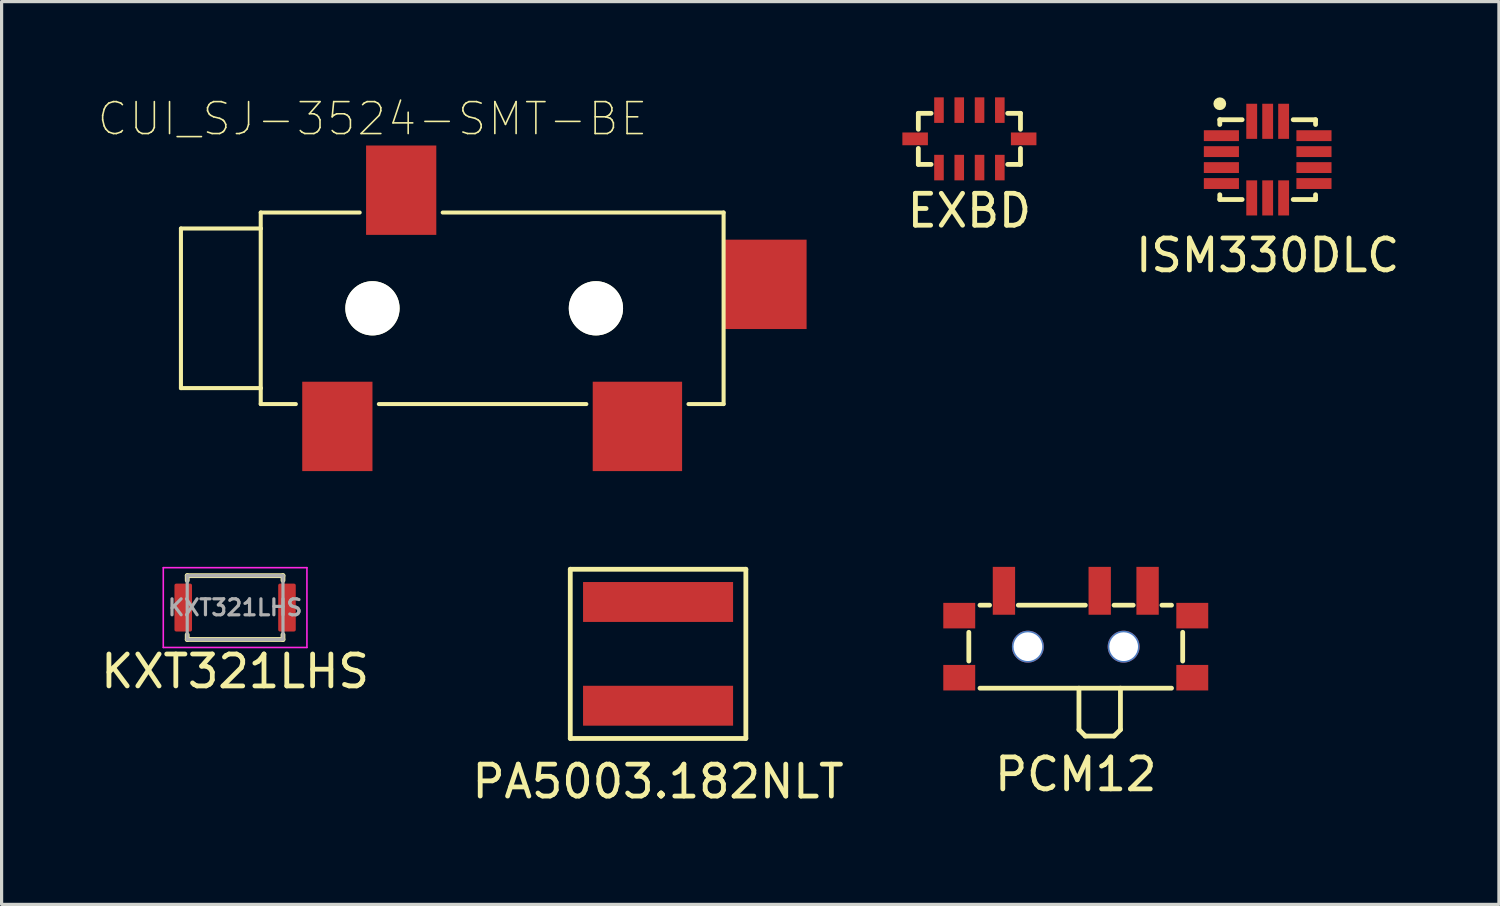
<source format=kicad_pcb>
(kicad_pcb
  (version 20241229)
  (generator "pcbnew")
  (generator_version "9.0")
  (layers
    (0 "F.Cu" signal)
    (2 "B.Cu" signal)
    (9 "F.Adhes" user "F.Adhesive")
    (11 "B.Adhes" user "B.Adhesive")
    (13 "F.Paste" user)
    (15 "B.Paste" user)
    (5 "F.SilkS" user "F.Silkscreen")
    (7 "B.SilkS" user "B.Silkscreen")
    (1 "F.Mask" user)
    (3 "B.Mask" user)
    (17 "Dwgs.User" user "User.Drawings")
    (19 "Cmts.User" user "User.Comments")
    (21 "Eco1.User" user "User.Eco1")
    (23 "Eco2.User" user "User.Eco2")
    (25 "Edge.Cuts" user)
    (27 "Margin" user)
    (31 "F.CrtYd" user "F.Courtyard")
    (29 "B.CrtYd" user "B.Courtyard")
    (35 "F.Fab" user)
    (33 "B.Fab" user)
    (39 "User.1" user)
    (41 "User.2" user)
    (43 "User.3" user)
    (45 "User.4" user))
  (footprint "PCM12"
    (layer "F.Cu")
    (at 30.65 17.208)
    (property "Reference" "PCM12" (at 0 4 0) (layer "F.SilkS") (effects (font (size 1 1) (thickness 0.15))))
    (attr smd)
    (fp_line (start -3.35 -0.45) (end -3.35 0.45) (stroke (width 0.15) (type solid)) (layer "F.SilkS"))
    (fp_line (start -3 -1.3) (end -2.7 -1.3) (stroke (width 0.15) (type solid)) (layer "F.SilkS"))
    (fp_line (start -3 1.3) (end 3 1.3) (stroke (width 0.15) (type solid)) (layer "F.SilkS"))
    (fp_line (start -1.8 -1.3) (end 0.3 -1.3) (stroke (width 0.15) (type solid)) (layer "F.SilkS"))
    (fp_line (start 0.1 1.3) (end 0.1 2.6) (stroke (width 0.15) (type solid)) (layer "F.SilkS"))
    (fp_line (start 0.1 2.6) (end 0.3 2.8) (stroke (width 0.15) (type solid)) (layer "F.SilkS"))
    (fp_line (start 0.3 2.8) (end 1.2 2.8) (stroke (width 0.15) (type solid)) (layer "F.SilkS"))
    (fp_line (start 1.2 -1.3) (end 1.8 -1.3) (stroke (width 0.15) (type solid)) (layer "F.SilkS"))
    (fp_line (start 1.2 2.8) (end 1.4 2.6) (stroke (width 0.15) (type solid)) (layer "F.SilkS"))
    (fp_line (start 1.4 1.3) (end 1.4 2.6) (stroke (width 0.15) (type solid)) (layer "F.SilkS"))
    (fp_line (start 3 -1.3) (end 2.7 -1.3) (stroke (width 0.15) (type solid)) (layer "F.SilkS"))
    (fp_line (start 3.35 -0.45) (end 3.35 0.45) (stroke (width 0.15) (type solid)) (layer "F.SilkS"))
    (pad "" np_thru_hole circle (at -1.5 0) (size 1 1) (drill 0.9) (layers "*.Cu" "*.Mask"))
    (pad "" np_thru_hole circle (at 1.5 0) (size 1 1) (drill 0.9) (layers "*.Cu" "*.Mask"))
    (pad "1" smd rect (at -2.25 -1.75) (size 0.7 1.5) (layers "F.Cu" "F.Mask" "F.Paste"))
    (pad "2" smd rect (at 0.75 -1.75) (size 0.7 1.5) (layers "F.Cu" "F.Mask" "F.Paste"))
    (pad "3" smd rect (at 2.25 -1.75) (size 0.7 1.5) (layers "F.Cu" "F.Mask" "F.Paste"))
    (pad "4" smd rect (at 3.65 -0.972) (size 1 0.8) (layers "F.Cu" "F.Mask" "F.Paste"))
    (pad "5" smd rect (at 3.65 0.972) (size 1 0.8) (layers "F.Cu" "F.Mask" "F.Paste"))
    (pad "6" smd rect (at -3.65 0.972) (size 1 0.8) (layers "F.Cu" "F.Mask" "F.Paste"))
    (pad "7" smd rect (at -3.65 -0.972) (size 1 0.8) (layers "F.Cu" "F.Mask" "F.Paste")))
  (footprint "ISM330DLC"
    (layer "F.Cu")
    (at 36.662 1.95)
    (property "Reference" "ISM330DLC" (at 0 3 0) (layer "F.SilkS") (effects (font (size 1 1) (thickness 0.15))))
    (attr smd)
    (fp_line (start -1.5 -1.25) (end -1.5 -1.1) (stroke (width 0.15) (type solid)) (layer "F.SilkS"))
    (fp_line (start -1.5 -1.25) (end -0.8 -1.25) (stroke (width 0.15) (type solid)) (layer "F.SilkS"))
    (fp_line (start -1.5 1.25) (end -1.5 1.1) (stroke (width 0.15) (type solid)) (layer "F.SilkS"))
    (fp_line (start -1.5 1.25) (end -0.8 1.25) (stroke (width 0.15) (type solid)) (layer "F.SilkS"))
    (fp_line (start 1.5 -1.25) (end 0.8 -1.25) (stroke (width 0.15) (type solid)) (layer "F.SilkS"))
    (fp_line (start 1.5 -1.25) (end 1.5 -1.1) (stroke (width 0.15) (type solid)) (layer "F.SilkS"))
    (fp_line (start 1.5 1.25) (end 0.8 1.25) (stroke (width 0.15) (type solid)) (layer "F.SilkS"))
    (fp_line (start 1.5 1.25) (end 1.5 1.1) (stroke (width 0.15) (type solid)) (layer "F.SilkS"))
    (fp_circle (center -1.5 -1.75) (end -1.5 -1.65) (stroke (width 0.2) (type solid)) (fill no) (layer "F.SilkS"))
    (pad "1" smd rect (at -1.45 -0.75) (size 1.1 0.34) (layers "F.Cu" "F.Mask" "F.Paste"))
    (pad "2" smd rect (at -1.45 -0.25) (size 1.1 0.34) (layers "F.Cu" "F.Mask" "F.Paste"))
    (pad "3" smd rect (at -1.45 0.25) (size 1.1 0.34) (layers "F.Cu" "F.Mask" "F.Paste"))
    (pad "4" smd rect (at -1.45 0.75) (size 1.1 0.34) (layers "F.Cu" "F.Mask" "F.Paste"))
    (pad "5" smd rect (at -0.5 1.2 90) (size 1.1 0.34) (layers "F.Cu" "F.Mask" "F.Paste"))
    (pad "6" smd rect (at 0 1.2 90) (size 1.1 0.34) (layers "F.Cu" "F.Mask" "F.Paste"))
    (pad "7" smd rect (at 0.5 1.2 90) (size 1.1 0.34) (layers "F.Cu" "F.Mask" "F.Paste"))
    (pad "8" smd rect (at 1.45 0.75) (size 1.1 0.34) (layers "F.Cu" "F.Mask" "F.Paste"))
    (pad "9" smd rect (at 1.45 0.25) (size 1.1 0.34) (layers "F.Cu" "F.Mask" "F.Paste"))
    (pad "10" smd rect (at 1.45 -0.25) (size 1.1 0.34) (layers "F.Cu" "F.Mask" "F.Paste"))
    (pad "11" smd rect (at 1.45 -0.75) (size 1.1 0.34) (layers "F.Cu" "F.Mask" "F.Paste"))
    (pad "12" smd rect (at 0.5 -1.2 90) (size 1.1 0.34) (layers "F.Cu" "F.Mask" "F.Paste"))
    (pad "13" smd rect (at 0 -1.2 90) (size 1.1 0.34) (layers "F.Cu" "F.Mask" "F.Paste"))
    (pad "14" smd rect (at -0.5 -1.2 90) (size 1.1 0.34) (layers "F.Cu" "F.Mask" "F.Paste")))
  (footprint "CUI_SJ-3524-SMT-BE"
    (layer "F.Cu")
    (at 8.618 6.608)
    (property "Reference" "CUI_SJ-3524-SMT-BE" (at 0 -5.935 0) (layer "F.SilkS") (effects (font (size 1 1) (thickness 0.05))))
    (attr smd)
    (fp_line (start -6 -2.5) (end -6 2.5) (stroke (width 0.127) (type solid)) (layer "F.SilkS"))
    (fp_line (start -6 2.5) (end -3.5 2.5) (stroke (width 0.127) (type solid)) (layer "F.SilkS"))
    (fp_line (start -3.5 -3) (end -0.4 -3) (stroke (width 0.127) (type solid)) (layer "F.SilkS"))
    (fp_line (start -3.5 -2.5) (end -6 -2.5) (stroke (width 0.127) (type solid)) (layer "F.SilkS"))
    (fp_line (start -3.5 -2.5) (end -3.5 -3) (stroke (width 0.127) (type solid)) (layer "F.SilkS"))
    (fp_line (start -3.5 2.5) (end -3.5 -2.5) (stroke (width 0.127) (type solid)) (layer "F.SilkS"))
    (fp_line (start -3.5 3) (end -3.5 2.5) (stroke (width 0.127) (type solid)) (layer "F.SilkS"))
    (fp_line (start -3.5 3) (end -2.4 3) (stroke (width 0.127) (type solid)) (layer "F.SilkS"))
    (fp_line (start 0.2 3) (end 6.7 3) (stroke (width 0.127) (type solid)) (layer "F.SilkS"))
    (fp_line (start 2.2 -3) (end 11 -3) (stroke (width 0.127) (type solid)) (layer "F.SilkS"))
    (fp_line (start 9.9 3) (end 11 3) (stroke (width 0.127) (type solid)) (layer "F.SilkS"))
    (fp_line (start 11 -3) (end 11 3) (stroke (width 0.127) (type solid)) (layer "F.SilkS"))
    (pad "" np_thru_hole circle (at 0 0) (size 1.7 1.7) (drill 1.7) (layers "*.Cu" "*.Mask" "F.SilkS"))
    (pad "" np_thru_hole circle (at 7 0) (size 1.7 1.7) (drill 1.7) (layers "*.Cu" "*.Mask" "F.SilkS"))
    (pad "1" smd rect (at -1.1 3.7) (size 2.2 2.8) (layers "F.Cu" "F.Mask" "F.Paste"))
    (pad "2" smd rect (at 8.3 3.7) (size 2.8 2.8) (layers "F.Cu" "F.Mask" "F.Paste"))
    (pad "3" smd rect (at 0.9 -3.7) (size 2.2 2.8) (layers "F.Cu" "F.Mask" "F.Paste"))
    (pad "4" smd rect (at 12.3 -0.75) (size 2.6 2.8) (layers "F.Cu" "F.Mask" "F.Paste")))
  (footprint "KXT321LHS"
    (layer "F.Cu")
    (at 4.315 15.983)
    (property "Reference" "KXT321LHS" (at 0 2 0) (unlocked yes) (layer "F.SilkS") (effects (font (size 1 1) (thickness 0.15))))
    (attr smd)
    (fp_line (start -1.5 -1) (end -1.5 -0.85) (stroke (width 0.15) (type solid)) (layer "F.SilkS"))
    (fp_line (start -1.5 -1) (end 1.5 -1) (stroke (width 0.15) (type solid)) (layer "F.SilkS"))
    (fp_line (start -1.5 1) (end -1.5 0.85) (stroke (width 0.15) (type solid)) (layer "F.SilkS"))
    (fp_line (start -1.5 1) (end 1.5 1) (stroke (width 0.15) (type solid)) (layer "F.SilkS"))
    (fp_line (start 1.5 -1) (end 1.5 -0.85) (stroke (width 0.15) (type solid)) (layer "F.SilkS"))
    (fp_line (start 1.5 1) (end 1.5 0.85) (stroke (width 0.15) (type solid)) (layer "F.SilkS"))
    (fp_line (start -2.25 -1.25) (end 2.25 -1.25) (stroke (width 0.05) (type solid)) (layer "F.CrtYd"))
    (fp_line (start -2.25 1.25) (end -2.25 -1.25) (stroke (width 0.05) (type solid)) (layer "F.CrtYd"))
    (fp_line (start 2.25 -1.25) (end 2.25 1.25) (stroke (width 0.05) (type solid)) (layer "F.CrtYd"))
    (fp_line (start 2.25 1.25) (end -2.25 1.25) (stroke (width 0.05) (type solid)) (layer "F.CrtYd"))
    (fp_line (start -1.5 -1) (end 1.5 -1) (stroke (width 0.1) (type solid)) (layer "F.Fab"))
    (fp_line (start -1.5 1) (end -1.5 -1) (stroke (width 0.1) (type solid)) (layer "F.Fab"))
    (fp_line (start 1.5 -1) (end 1.5 1) (stroke (width 0.1) (type solid)) (layer "F.Fab"))
    (fp_line (start 1.5 1) (end -1.5 1) (stroke (width 0.1) (type solid)) (layer "F.Fab"))
    (fp_text user "${REFERENCE}" (at 0 0 0) (unlocked yes) (layer "F.Fab") (effects (font (size 0.5 0.5) (thickness 0.1))))
    (pad "1" smd roundrect (at -1.625 0) (size 0.55 1.5) (layers "F.Cu" "F.Mask" "F.Paste") (roundrect_rratio 0.1))
    (pad "2" smd roundrect (at 1.625 0) (size 0.55 1.5) (layers "F.Cu" "F.Mask" "F.Paste") (roundrect_rratio 0.1)))
  (footprint "PA5003.182NLT"
    (layer "F.Cu")
    (at 17.565 17.433)
    (property "Reference" "PA5003.182NLT" (at 0 4 0) (layer "F.SilkS") (effects (font (size 1 1) (thickness 0.15))))
    (attr smd)
    (fp_line (start -2.75 -2.65) (end -2.75 2.65) (stroke (width 0.15) (type solid)) (layer "F.SilkS"))
    (fp_line (start -2.75 -2.65) (end 2.75 -2.65) (stroke (width 0.15) (type solid)) (layer "F.SilkS"))
    (fp_line (start -2.75 2.65) (end 2.75 2.65) (stroke (width 0.15) (type solid)) (layer "F.SilkS"))
    (fp_line (start 2.75 -2.65) (end 2.75 2.65) (stroke (width 0.15) (type solid)) (layer "F.SilkS"))
    (pad "1" smd rect (at 0 1.625) (size 4.7 1.25) (layers "F.Cu" "F.Mask" "F.Paste"))
    (pad "2" smd rect (at 0 -1.625) (size 4.7 1.25) (layers "F.Cu" "F.Mask" "F.Paste")))
  (footprint "EXBD"
    (layer "F.Cu")
    (at 27.318 1.3)
    (property "Reference" "EXBD" (at 0 2.25 0) (layer "F.SilkS") (effects (font (size 1 1) (thickness 0.15))))
    (attr smd)
    (fp_line (start -1.6 -0.8) (end -1.6 -0.3) (stroke (width 0.15) (type solid)) (layer "F.SilkS"))
    (fp_line (start -1.6 0.8) (end -1.6 0.3) (stroke (width 0.15) (type solid)) (layer "F.SilkS"))
    (fp_line (start -1.2 -0.8) (end -1.6 -0.8) (stroke (width 0.15) (type solid)) (layer "F.SilkS"))
    (fp_line (start -1.2 0.8) (end -1.6 0.8) (stroke (width 0.15) (type solid)) (layer "F.SilkS"))
    (fp_line (start 1.2 -0.8) (end 1.6 -0.8) (stroke (width 0.15) (type solid)) (layer "F.SilkS"))
    (fp_line (start 1.2 0.8) (end 1.6 0.8) (stroke (width 0.15) (type solid)) (layer "F.SilkS"))
    (fp_line (start 1.6 -0.8) (end 1.6 -0.3) (stroke (width 0.15) (type solid)) (layer "F.SilkS"))
    (fp_line (start 1.6 0.8) (end 1.6 0.3) (stroke (width 0.15) (type solid)) (layer "F.SilkS"))
    (pad "1" smd rect (at 0.953 -0.9) (size 0.3 0.8) (layers "F.Cu" "F.Mask" "F.Paste"))
    (pad "2" smd rect (at 0.953 0.9) (size 0.3 0.8) (layers "F.Cu" "F.Mask" "F.Paste"))
    (pad "3" smd rect (at 0.318 -0.9) (size 0.3 0.8) (layers "F.Cu" "F.Mask" "F.Paste"))
    (pad "4" smd rect (at 0.318 0.9) (size 0.3 0.8) (layers "F.Cu" "F.Mask" "F.Paste"))
    (pad "5" smd rect (at -0.318 -0.9) (size 0.3 0.8) (layers "F.Cu" "F.Mask" "F.Paste"))
    (pad "6" smd rect (at -0.318 0.9) (size 0.3 0.8) (layers "F.Cu" "F.Mask" "F.Paste"))
    (pad "7" smd rect (at -0.953 -0.9) (size 0.3 0.8) (layers "F.Cu" "F.Mask" "F.Paste"))
    (pad "8" smd rect (at -0.953 0.9) (size 0.3 0.8) (layers "F.Cu" "F.Mask" "F.Paste"))
    (pad "9" smd rect (at -1.7 0) (size 0.8 0.4) (layers "F.Cu" "F.Mask" "F.Paste"))
    (pad "9" smd rect (at 1.7 0) (size 0.8 0.4) (layers "F.Cu" "F.Mask" "F.Paste")))
  (gr_rect
    (start -3 -3)
    (end 43.906 25.281)
    (stroke (width 0.1) (type default))
    (fill no)
    (layer "Edge.Cuts")))
</source>
